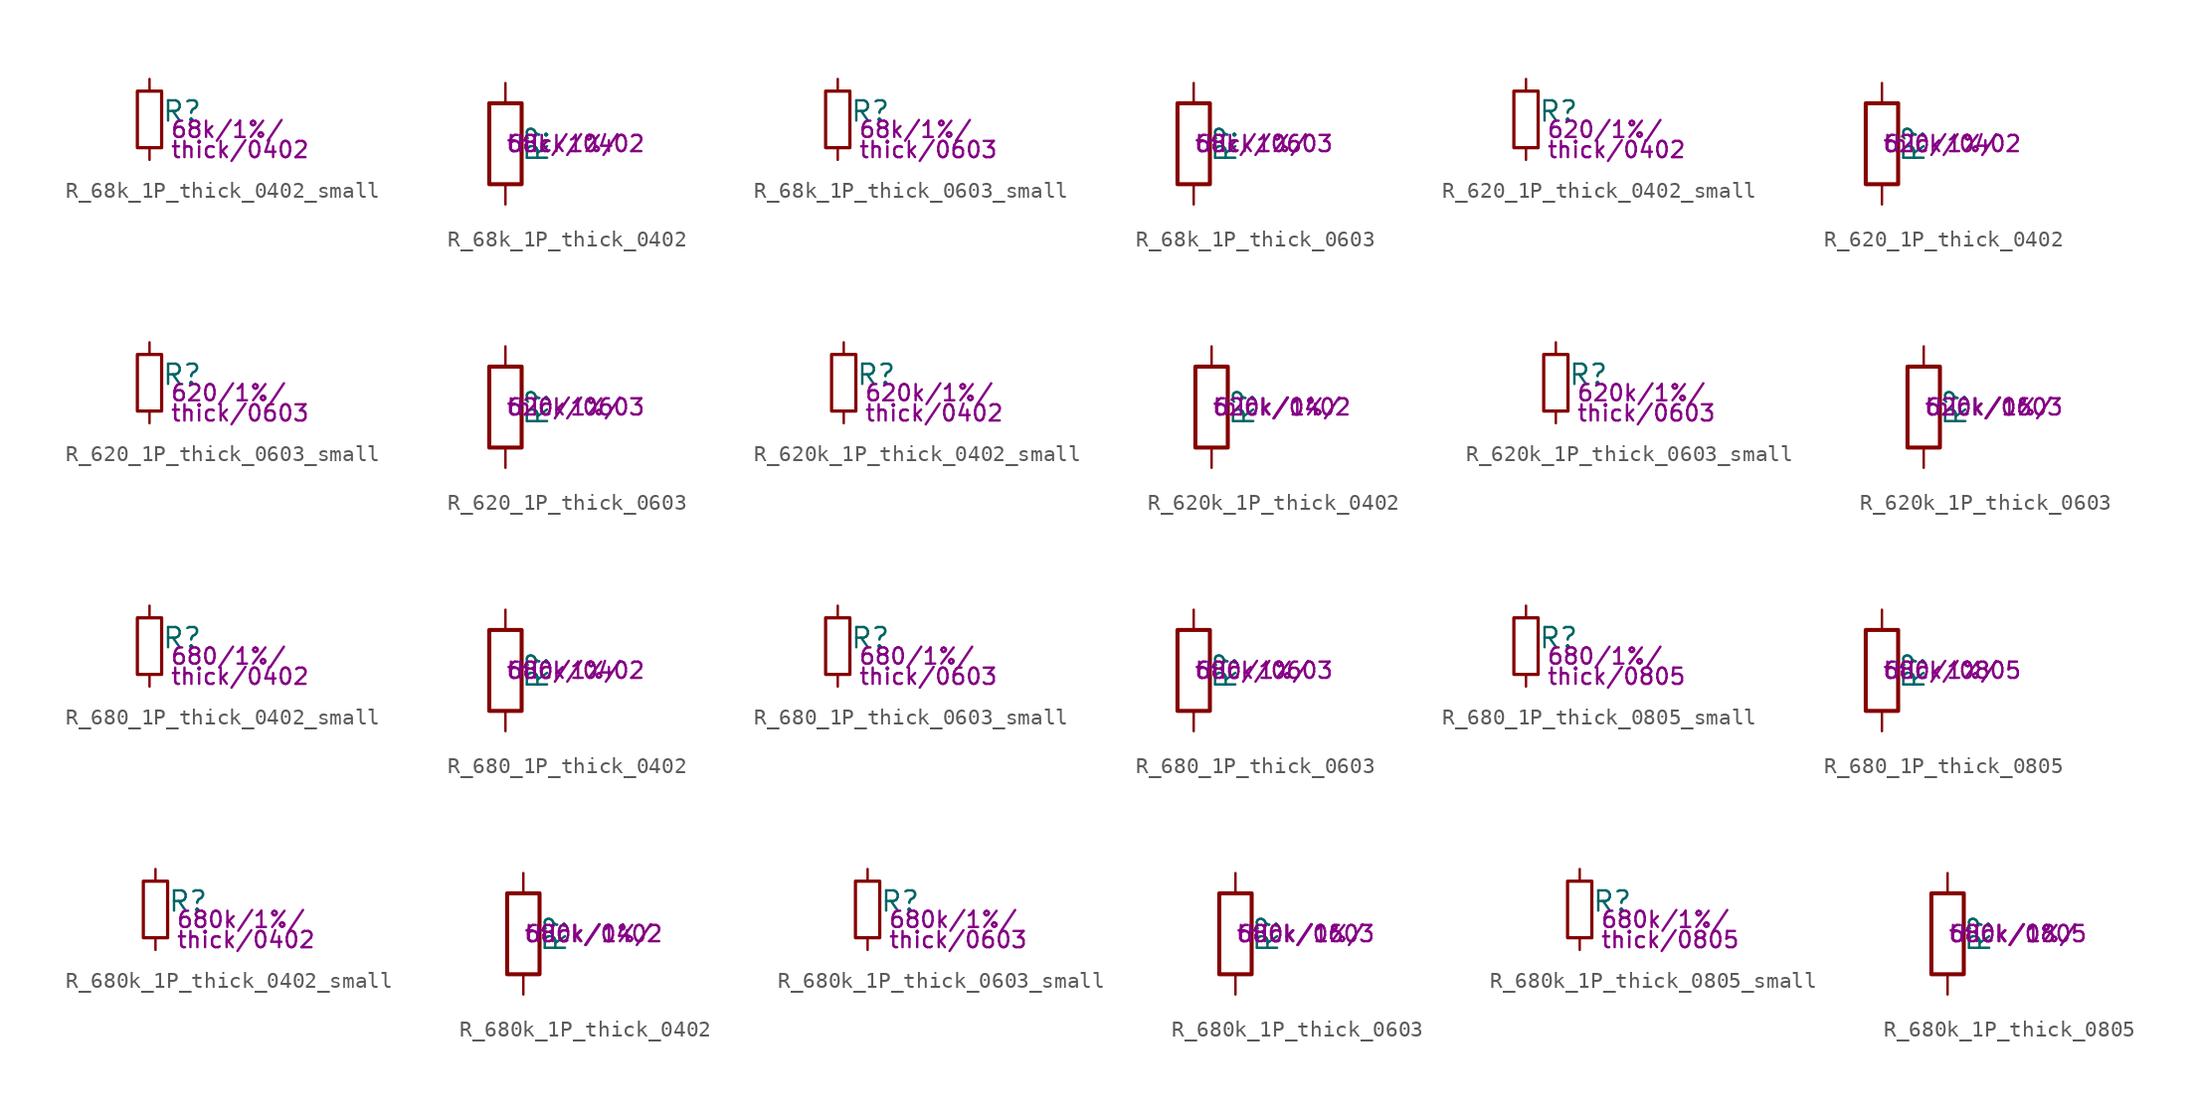
<source format=kicad_sym>
(kicad_symbol_lib
  (version 20211014)
  (generator kicad_symbol_editor)
  (symbol "R_68k_1P_thick_0402_small"
    (pin_numbers hide)
    (pin_names
      (offset 0.254) hide)
    (property "Reference" "R"
      (at 0.762 0.508 0)
      (effects (font (size 1.27 1.27)) (justify left)))
    (property "Params" "68k/1%/"
      (at 1.27 -0.635 0)
      (effects (font (size 1.016 1.016)) (justify left)))
    (property "Params2" "thick/0402"
      (at 1.27 -1.905 0)
      (effects (font (size 1.016 1.016)) (justify left)))
    (symbol "R_68k_1P_thick_0402_small_0_1"
      (rectangle (start -0.762 1.778) (end 0.762 -1.778) (stroke (width 0.203) (type default) (color 0 0 0 0)) (fill (type none))))
    (symbol "R_68k_1P_thick_0402_small_1_1"
      (pin passive line (at 0 2.54 270) (length 0.762) (name "~" (effects (font (size 1.27 1.27)))) (number "1" (effects (font (size 1.27 1.27)))))
      (pin passive line (at 0 -2.54 90) (length 0.762) (name "~" (effects (font (size 1.27 1.27)))) (number "2" (effects (font (size 1.27 1.27)))))))
  (symbol "R_68k_1P_thick_0402"
    (pin_numbers hide)
    (pin_names
      (offset 0))
    (property "Reference" "R"
      (at 2.032 0 90)
      (effects (font (size 1.27 1.27))))
    (property "Params" "68k/1%/"
      (at 0 0 0)
      (effects (font (size 1.016 1.016)) (justify left)))
    (property "Params2" "thick/0402"
      (at 0 0 0)
      (effects (font (size 1.016 1.016)) (justify left)))
    (symbol "R_68k_1P_thick_0402_0_1"
      (rectangle (start -1.016 -2.54) (end 1.016 2.54) (stroke (width 0.254) (type default) (color 0 0 0 0)) (fill (type none))))
    (symbol "R_68k_1P_thick_0402_1_1"
      (pin passive line (at 0 3.81 270) (length 1.27) (name "~" (effects (font (size 1.27 1.27)))) (number "1" (effects (font (size 1.27 1.27)))))
      (pin passive line (at 0 -3.81 90) (length 1.27) (name "~" (effects (font (size 1.27 1.27)))) (number "2" (effects (font (size 1.27 1.27)))))))
  (symbol "R_68k_1P_thick_0603_small"
    (pin_numbers hide)
    (pin_names
      (offset 0.254) hide)
    (property "Reference" "R"
      (at 0.762 0.508 0)
      (effects (font (size 1.27 1.27)) (justify left)))
    (property "Params" "68k/1%/"
      (at 1.27 -0.635 0)
      (effects (font (size 1.016 1.016)) (justify left)))
    (property "Params2" "thick/0603"
      (at 1.27 -1.905 0)
      (effects (font (size 1.016 1.016)) (justify left)))
    (symbol "R_68k_1P_thick_0603_small_0_1"
      (rectangle (start -0.762 1.778) (end 0.762 -1.778) (stroke (width 0.203) (type default) (color 0 0 0 0)) (fill (type none))))
    (symbol "R_68k_1P_thick_0603_small_1_1"
      (pin passive line (at 0 2.54 270) (length 0.762) (name "~" (effects (font (size 1.27 1.27)))) (number "1" (effects (font (size 1.27 1.27)))))
      (pin passive line (at 0 -2.54 90) (length 0.762) (name "~" (effects (font (size 1.27 1.27)))) (number "2" (effects (font (size 1.27 1.27)))))))
  (symbol "R_68k_1P_thick_0603"
    (pin_numbers hide)
    (pin_names
      (offset 0))
    (property "Reference" "R"
      (at 2.032 0 90)
      (effects (font (size 1.27 1.27))))
    (property "Params" "68k/1%/"
      (at 0 0 0)
      (effects (font (size 1.016 1.016)) (justify left)))
    (property "Params2" "thick/0603"
      (at 0 0 0)
      (effects (font (size 1.016 1.016)) (justify left)))
    (symbol "R_68k_1P_thick_0603_0_1"
      (rectangle (start -1.016 -2.54) (end 1.016 2.54) (stroke (width 0.254) (type default) (color 0 0 0 0)) (fill (type none))))
    (symbol "R_68k_1P_thick_0603_1_1"
      (pin passive line (at 0 3.81 270) (length 1.27) (name "~" (effects (font (size 1.27 1.27)))) (number "1" (effects (font (size 1.27 1.27)))))
      (pin passive line (at 0 -3.81 90) (length 1.27) (name "~" (effects (font (size 1.27 1.27)))) (number "2" (effects (font (size 1.27 1.27)))))))
  (symbol "R_620_1P_thick_0402_small"
    (pin_numbers hide)
    (pin_names
      (offset 0.254) hide)
    (property "Reference" "R"
      (at 0.762 0.508 0)
      (effects (font (size 1.27 1.27)) (justify left)))
    (property "Params" "620/1%/"
      (at 1.27 -0.635 0)
      (effects (font (size 1.016 1.016)) (justify left)))
    (property "Params2" "thick/0402"
      (at 1.27 -1.905 0)
      (effects (font (size 1.016 1.016)) (justify left)))
    (symbol "R_620_1P_thick_0402_small_0_1"
      (rectangle (start -0.762 1.778) (end 0.762 -1.778) (stroke (width 0.203) (type default) (color 0 0 0 0)) (fill (type none))))
    (symbol "R_620_1P_thick_0402_small_1_1"
      (pin passive line (at 0 2.54 270) (length 0.762) (name "~" (effects (font (size 1.27 1.27)))) (number "1" (effects (font (size 1.27 1.27)))))
      (pin passive line (at 0 -2.54 90) (length 0.762) (name "~" (effects (font (size 1.27 1.27)))) (number "2" (effects (font (size 1.27 1.27)))))))
  (symbol "R_620_1P_thick_0402"
    (pin_numbers hide)
    (pin_names
      (offset 0))
    (property "Reference" "R"
      (at 2.032 0 90)
      (effects (font (size 1.27 1.27))))
    (property "Params" "620/1%/"
      (at 0 0 0)
      (effects (font (size 1.016 1.016)) (justify left)))
    (property "Params2" "thick/0402"
      (at 0 0 0)
      (effects (font (size 1.016 1.016)) (justify left)))
    (symbol "R_620_1P_thick_0402_0_1"
      (rectangle (start -1.016 -2.54) (end 1.016 2.54) (stroke (width 0.254) (type default) (color 0 0 0 0)) (fill (type none))))
    (symbol "R_620_1P_thick_0402_1_1"
      (pin passive line (at 0 3.81 270) (length 1.27) (name "~" (effects (font (size 1.27 1.27)))) (number "1" (effects (font (size 1.27 1.27)))))
      (pin passive line (at 0 -3.81 90) (length 1.27) (name "~" (effects (font (size 1.27 1.27)))) (number "2" (effects (font (size 1.27 1.27)))))))
  (symbol "R_620_1P_thick_0603_small"
    (pin_numbers hide)
    (pin_names
      (offset 0.254) hide)
    (property "Reference" "R"
      (at 0.762 0.508 0)
      (effects (font (size 1.27 1.27)) (justify left)))
    (property "Params" "620/1%/"
      (at 1.27 -0.635 0)
      (effects (font (size 1.016 1.016)) (justify left)))
    (property "Params2" "thick/0603"
      (at 1.27 -1.905 0)
      (effects (font (size 1.016 1.016)) (justify left)))
    (symbol "R_620_1P_thick_0603_small_0_1"
      (rectangle (start -0.762 1.778) (end 0.762 -1.778) (stroke (width 0.203) (type default) (color 0 0 0 0)) (fill (type none))))
    (symbol "R_620_1P_thick_0603_small_1_1"
      (pin passive line (at 0 2.54 270) (length 0.762) (name "~" (effects (font (size 1.27 1.27)))) (number "1" (effects (font (size 1.27 1.27)))))
      (pin passive line (at 0 -2.54 90) (length 0.762) (name "~" (effects (font (size 1.27 1.27)))) (number "2" (effects (font (size 1.27 1.27)))))))
  (symbol "R_620_1P_thick_0603"
    (pin_numbers hide)
    (pin_names
      (offset 0))
    (property "Reference" "R"
      (at 2.032 0 90)
      (effects (font (size 1.27 1.27))))
    (property "Params" "620/1%/"
      (at 0 0 0)
      (effects (font (size 1.016 1.016)) (justify left)))
    (property "Params2" "thick/0603"
      (at 0 0 0)
      (effects (font (size 1.016 1.016)) (justify left)))
    (symbol "R_620_1P_thick_0603_0_1"
      (rectangle (start -1.016 -2.54) (end 1.016 2.54) (stroke (width 0.254) (type default) (color 0 0 0 0)) (fill (type none))))
    (symbol "R_620_1P_thick_0603_1_1"
      (pin passive line (at 0 3.81 270) (length 1.27) (name "~" (effects (font (size 1.27 1.27)))) (number "1" (effects (font (size 1.27 1.27)))))
      (pin passive line (at 0 -3.81 90) (length 1.27) (name "~" (effects (font (size 1.27 1.27)))) (number "2" (effects (font (size 1.27 1.27)))))))
  (symbol "R_620k_1P_thick_0402_small"
    (pin_numbers hide)
    (pin_names
      (offset 0.254) hide)
    (property "Reference" "R"
      (at 0.762 0.508 0)
      (effects (font (size 1.27 1.27)) (justify left)))
    (property "Params" "620k/1%/"
      (at 1.27 -0.635 0)
      (effects (font (size 1.016 1.016)) (justify left)))
    (property "Params2" "thick/0402"
      (at 1.27 -1.905 0)
      (effects (font (size 1.016 1.016)) (justify left)))
    (symbol "R_620k_1P_thick_0402_small_0_1"
      (rectangle (start -0.762 1.778) (end 0.762 -1.778) (stroke (width 0.203) (type default) (color 0 0 0 0)) (fill (type none))))
    (symbol "R_620k_1P_thick_0402_small_1_1"
      (pin passive line (at 0 2.54 270) (length 0.762) (name "~" (effects (font (size 1.27 1.27)))) (number "1" (effects (font (size 1.27 1.27)))))
      (pin passive line (at 0 -2.54 90) (length 0.762) (name "~" (effects (font (size 1.27 1.27)))) (number "2" (effects (font (size 1.27 1.27)))))))
  (symbol "R_620k_1P_thick_0402"
    (pin_numbers hide)
    (pin_names
      (offset 0))
    (property "Reference" "R"
      (at 2.032 0 90)
      (effects (font (size 1.27 1.27))))
    (property "Params" "620k/1%/"
      (at 0 0 0)
      (effects (font (size 1.016 1.016)) (justify left)))
    (property "Params2" "thick/0402"
      (at 0 0 0)
      (effects (font (size 1.016 1.016)) (justify left)))
    (symbol "R_620k_1P_thick_0402_0_1"
      (rectangle (start -1.016 -2.54) (end 1.016 2.54) (stroke (width 0.254) (type default) (color 0 0 0 0)) (fill (type none))))
    (symbol "R_620k_1P_thick_0402_1_1"
      (pin passive line (at 0 3.81 270) (length 1.27) (name "~" (effects (font (size 1.27 1.27)))) (number "1" (effects (font (size 1.27 1.27)))))
      (pin passive line (at 0 -3.81 90) (length 1.27) (name "~" (effects (font (size 1.27 1.27)))) (number "2" (effects (font (size 1.27 1.27)))))))
  (symbol "R_620k_1P_thick_0603_small"
    (pin_numbers hide)
    (pin_names
      (offset 0.254) hide)
    (property "Reference" "R"
      (at 0.762 0.508 0)
      (effects (font (size 1.27 1.27)) (justify left)))
    (property "Params" "620k/1%/"
      (at 1.27 -0.635 0)
      (effects (font (size 1.016 1.016)) (justify left)))
    (property "Params2" "thick/0603"
      (at 1.27 -1.905 0)
      (effects (font (size 1.016 1.016)) (justify left)))
    (symbol "R_620k_1P_thick_0603_small_0_1"
      (rectangle (start -0.762 1.778) (end 0.762 -1.778) (stroke (width 0.203) (type default) (color 0 0 0 0)) (fill (type none))))
    (symbol "R_620k_1P_thick_0603_small_1_1"
      (pin passive line (at 0 2.54 270) (length 0.762) (name "~" (effects (font (size 1.27 1.27)))) (number "1" (effects (font (size 1.27 1.27)))))
      (pin passive line (at 0 -2.54 90) (length 0.762) (name "~" (effects (font (size 1.27 1.27)))) (number "2" (effects (font (size 1.27 1.27)))))))
  (symbol "R_620k_1P_thick_0603"
    (pin_numbers hide)
    (pin_names
      (offset 0))
    (property "Reference" "R"
      (at 2.032 0 90)
      (effects (font (size 1.27 1.27))))
    (property "Params" "620k/1%/"
      (at 0 0 0)
      (effects (font (size 1.016 1.016)) (justify left)))
    (property "Params2" "thick/0603"
      (at 0 0 0)
      (effects (font (size 1.016 1.016)) (justify left)))
    (symbol "R_620k_1P_thick_0603_0_1"
      (rectangle (start -1.016 -2.54) (end 1.016 2.54) (stroke (width 0.254) (type default) (color 0 0 0 0)) (fill (type none))))
    (symbol "R_620k_1P_thick_0603_1_1"
      (pin passive line (at 0 3.81 270) (length 1.27) (name "~" (effects (font (size 1.27 1.27)))) (number "1" (effects (font (size 1.27 1.27)))))
      (pin passive line (at 0 -3.81 90) (length 1.27) (name "~" (effects (font (size 1.27 1.27)))) (number "2" (effects (font (size 1.27 1.27)))))))
  (symbol "R_680_1P_thick_0402_small"
    (pin_numbers hide)
    (pin_names
      (offset 0.254) hide)
    (property "Reference" "R"
      (at 0.762 0.508 0)
      (effects (font (size 1.27 1.27)) (justify left)))
    (property "Params" "680/1%/"
      (at 1.27 -0.635 0)
      (effects (font (size 1.016 1.016)) (justify left)))
    (property "Params2" "thick/0402"
      (at 1.27 -1.905 0)
      (effects (font (size 1.016 1.016)) (justify left)))
    (symbol "R_680_1P_thick_0402_small_0_1"
      (rectangle (start -0.762 1.778) (end 0.762 -1.778) (stroke (width 0.203) (type default) (color 0 0 0 0)) (fill (type none))))
    (symbol "R_680_1P_thick_0402_small_1_1"
      (pin passive line (at 0 2.54 270) (length 0.762) (name "~" (effects (font (size 1.27 1.27)))) (number "1" (effects (font (size 1.27 1.27)))))
      (pin passive line (at 0 -2.54 90) (length 0.762) (name "~" (effects (font (size 1.27 1.27)))) (number "2" (effects (font (size 1.27 1.27)))))))
  (symbol "R_680_1P_thick_0402"
    (pin_numbers hide)
    (pin_names
      (offset 0))
    (property "Reference" "R"
      (at 2.032 0 90)
      (effects (font (size 1.27 1.27))))
    (property "Params" "680/1%/"
      (at 0 0 0)
      (effects (font (size 1.016 1.016)) (justify left)))
    (property "Params2" "thick/0402"
      (at 0 0 0)
      (effects (font (size 1.016 1.016)) (justify left)))
    (symbol "R_680_1P_thick_0402_0_1"
      (rectangle (start -1.016 -2.54) (end 1.016 2.54) (stroke (width 0.254) (type default) (color 0 0 0 0)) (fill (type none))))
    (symbol "R_680_1P_thick_0402_1_1"
      (pin passive line (at 0 3.81 270) (length 1.27) (name "~" (effects (font (size 1.27 1.27)))) (number "1" (effects (font (size 1.27 1.27)))))
      (pin passive line (at 0 -3.81 90) (length 1.27) (name "~" (effects (font (size 1.27 1.27)))) (number "2" (effects (font (size 1.27 1.27)))))))
  (symbol "R_680_1P_thick_0603_small"
    (pin_numbers hide)
    (pin_names
      (offset 0.254) hide)
    (property "Reference" "R"
      (at 0.762 0.508 0)
      (effects (font (size 1.27 1.27)) (justify left)))
    (property "Params" "680/1%/"
      (at 1.27 -0.635 0)
      (effects (font (size 1.016 1.016)) (justify left)))
    (property "Params2" "thick/0603"
      (at 1.27 -1.905 0)
      (effects (font (size 1.016 1.016)) (justify left)))
    (symbol "R_680_1P_thick_0603_small_0_1"
      (rectangle (start -0.762 1.778) (end 0.762 -1.778) (stroke (width 0.203) (type default) (color 0 0 0 0)) (fill (type none))))
    (symbol "R_680_1P_thick_0603_small_1_1"
      (pin passive line (at 0 2.54 270) (length 0.762) (name "~" (effects (font (size 1.27 1.27)))) (number "1" (effects (font (size 1.27 1.27)))))
      (pin passive line (at 0 -2.54 90) (length 0.762) (name "~" (effects (font (size 1.27 1.27)))) (number "2" (effects (font (size 1.27 1.27)))))))
  (symbol "R_680_1P_thick_0603"
    (pin_numbers hide)
    (pin_names
      (offset 0))
    (property "Reference" "R"
      (at 2.032 0 90)
      (effects (font (size 1.27 1.27))))
    (property "Params" "680/1%/"
      (at 0 0 0)
      (effects (font (size 1.016 1.016)) (justify left)))
    (property "Params2" "thick/0603"
      (at 0 0 0)
      (effects (font (size 1.016 1.016)) (justify left)))
    (symbol "R_680_1P_thick_0603_0_1"
      (rectangle (start -1.016 -2.54) (end 1.016 2.54) (stroke (width 0.254) (type default) (color 0 0 0 0)) (fill (type none))))
    (symbol "R_680_1P_thick_0603_1_1"
      (pin passive line (at 0 3.81 270) (length 1.27) (name "~" (effects (font (size 1.27 1.27)))) (number "1" (effects (font (size 1.27 1.27)))))
      (pin passive line (at 0 -3.81 90) (length 1.27) (name "~" (effects (font (size 1.27 1.27)))) (number "2" (effects (font (size 1.27 1.27)))))))
  (symbol "R_680_1P_thick_0805_small"
    (pin_numbers hide)
    (pin_names
      (offset 0.254) hide)
    (property "Reference" "R"
      (at 0.762 0.508 0)
      (effects (font (size 1.27 1.27)) (justify left)))
    (property "Params" "680/1%/"
      (at 1.27 -0.635 0)
      (effects (font (size 1.016 1.016)) (justify left)))
    (property "Params2" "thick/0805"
      (at 1.27 -1.905 0)
      (effects (font (size 1.016 1.016)) (justify left)))
    (symbol "R_680_1P_thick_0805_small_0_1"
      (rectangle (start -0.762 1.778) (end 0.762 -1.778) (stroke (width 0.203) (type default) (color 0 0 0 0)) (fill (type none))))
    (symbol "R_680_1P_thick_0805_small_1_1"
      (pin passive line (at 0 2.54 270) (length 0.762) (name "~" (effects (font (size 1.27 1.27)))) (number "1" (effects (font (size 1.27 1.27)))))
      (pin passive line (at 0 -2.54 90) (length 0.762) (name "~" (effects (font (size 1.27 1.27)))) (number "2" (effects (font (size 1.27 1.27)))))))
  (symbol "R_680_1P_thick_0805"
    (pin_numbers hide)
    (pin_names
      (offset 0))
    (property "Reference" "R"
      (at 2.032 0 90)
      (effects (font (size 1.27 1.27))))
    (property "Params" "680/1%/"
      (at 0 0 0)
      (effects (font (size 1.016 1.016)) (justify left)))
    (property "Params2" "thick/0805"
      (at 0 0 0)
      (effects (font (size 1.016 1.016)) (justify left)))
    (symbol "R_680_1P_thick_0805_0_1"
      (rectangle (start -1.016 -2.54) (end 1.016 2.54) (stroke (width 0.254) (type default) (color 0 0 0 0)) (fill (type none))))
    (symbol "R_680_1P_thick_0805_1_1"
      (pin passive line (at 0 3.81 270) (length 1.27) (name "~" (effects (font (size 1.27 1.27)))) (number "1" (effects (font (size 1.27 1.27)))))
      (pin passive line (at 0 -3.81 90) (length 1.27) (name "~" (effects (font (size 1.27 1.27)))) (number "2" (effects (font (size 1.27 1.27)))))))
  (symbol "R_680k_1P_thick_0402_small"
    (pin_numbers hide)
    (pin_names
      (offset 0.254) hide)
    (property "Reference" "R"
      (at 0.762 0.508 0)
      (effects (font (size 1.27 1.27)) (justify left)))
    (property "Params" "680k/1%/"
      (at 1.27 -0.635 0)
      (effects (font (size 1.016 1.016)) (justify left)))
    (property "Params2" "thick/0402"
      (at 1.27 -1.905 0)
      (effects (font (size 1.016 1.016)) (justify left)))
    (symbol "R_680k_1P_thick_0402_small_0_1"
      (rectangle (start -0.762 1.778) (end 0.762 -1.778) (stroke (width 0.203) (type default) (color 0 0 0 0)) (fill (type none))))
    (symbol "R_680k_1P_thick_0402_small_1_1"
      (pin passive line (at 0 2.54 270) (length 0.762) (name "~" (effects (font (size 1.27 1.27)))) (number "1" (effects (font (size 1.27 1.27)))))
      (pin passive line (at 0 -2.54 90) (length 0.762) (name "~" (effects (font (size 1.27 1.27)))) (number "2" (effects (font (size 1.27 1.27)))))))
  (symbol "R_680k_1P_thick_0402"
    (pin_numbers hide)
    (pin_names
      (offset 0))
    (property "Reference" "R"
      (at 2.032 0 90)
      (effects (font (size 1.27 1.27))))
    (property "Params" "680k/1%/"
      (at 0 0 0)
      (effects (font (size 1.016 1.016)) (justify left)))
    (property "Params2" "thick/0402"
      (at 0 0 0)
      (effects (font (size 1.016 1.016)) (justify left)))
    (symbol "R_680k_1P_thick_0402_0_1"
      (rectangle (start -1.016 -2.54) (end 1.016 2.54) (stroke (width 0.254) (type default) (color 0 0 0 0)) (fill (type none))))
    (symbol "R_680k_1P_thick_0402_1_1"
      (pin passive line (at 0 3.81 270) (length 1.27) (name "~" (effects (font (size 1.27 1.27)))) (number "1" (effects (font (size 1.27 1.27)))))
      (pin passive line (at 0 -3.81 90) (length 1.27) (name "~" (effects (font (size 1.27 1.27)))) (number "2" (effects (font (size 1.27 1.27)))))))
  (symbol "R_680k_1P_thick_0603_small"
    (pin_numbers hide)
    (pin_names
      (offset 0.254) hide)
    (property "Reference" "R"
      (at 0.762 0.508 0)
      (effects (font (size 1.27 1.27)) (justify left)))
    (property "Params" "680k/1%/"
      (at 1.27 -0.635 0)
      (effects (font (size 1.016 1.016)) (justify left)))
    (property "Params2" "thick/0603"
      (at 1.27 -1.905 0)
      (effects (font (size 1.016 1.016)) (justify left)))
    (symbol "R_680k_1P_thick_0603_small_0_1"
      (rectangle (start -0.762 1.778) (end 0.762 -1.778) (stroke (width 0.203) (type default) (color 0 0 0 0)) (fill (type none))))
    (symbol "R_680k_1P_thick_0603_small_1_1"
      (pin passive line (at 0 2.54 270) (length 0.762) (name "~" (effects (font (size 1.27 1.27)))) (number "1" (effects (font (size 1.27 1.27)))))
      (pin passive line (at 0 -2.54 90) (length 0.762) (name "~" (effects (font (size 1.27 1.27)))) (number "2" (effects (font (size 1.27 1.27)))))))
  (symbol "R_680k_1P_thick_0603"
    (pin_numbers hide)
    (pin_names
      (offset 0))
    (property "Reference" "R"
      (at 2.032 0 90)
      (effects (font (size 1.27 1.27))))
    (property "Params" "680k/1%/"
      (at 0 0 0)
      (effects (font (size 1.016 1.016)) (justify left)))
    (property "Params2" "thick/0603"
      (at 0 0 0)
      (effects (font (size 1.016 1.016)) (justify left)))
    (symbol "R_680k_1P_thick_0603_0_1"
      (rectangle (start -1.016 -2.54) (end 1.016 2.54) (stroke (width 0.254) (type default) (color 0 0 0 0)) (fill (type none))))
    (symbol "R_680k_1P_thick_0603_1_1"
      (pin passive line (at 0 3.81 270) (length 1.27) (name "~" (effects (font (size 1.27 1.27)))) (number "1" (effects (font (size 1.27 1.27)))))
      (pin passive line (at 0 -3.81 90) (length 1.27) (name "~" (effects (font (size 1.27 1.27)))) (number "2" (effects (font (size 1.27 1.27)))))))
  (symbol "R_680k_1P_thick_0805_small"
    (pin_numbers hide)
    (pin_names
      (offset 0.254) hide)
    (property "Reference" "R"
      (at 0.762 0.508 0)
      (effects (font (size 1.27 1.27)) (justify left)))
    (property "Params" "680k/1%/"
      (at 1.27 -0.635 0)
      (effects (font (size 1.016 1.016)) (justify left)))
    (property "Params2" "thick/0805"
      (at 1.27 -1.905 0)
      (effects (font (size 1.016 1.016)) (justify left)))
    (symbol "R_680k_1P_thick_0805_small_0_1"
      (rectangle (start -0.762 1.778) (end 0.762 -1.778) (stroke (width 0.203) (type default) (color 0 0 0 0)) (fill (type none))))
    (symbol "R_680k_1P_thick_0805_small_1_1"
      (pin passive line (at 0 2.54 270) (length 0.762) (name "~" (effects (font (size 1.27 1.27)))) (number "1" (effects (font (size 1.27 1.27)))))
      (pin passive line (at 0 -2.54 90) (length 0.762) (name "~" (effects (font (size 1.27 1.27)))) (number "2" (effects (font (size 1.27 1.27)))))))
  (symbol "R_680k_1P_thick_0805"
    (pin_numbers hide)
    (pin_names
      (offset 0))
    (property "Reference" "R"
      (at 2.032 0 90)
      (effects (font (size 1.27 1.27))))
    (property "Params" "680k/1%/"
      (at 0 0 0)
      (effects (font (size 1.016 1.016)) (justify left)))
    (property "Params2" "thick/0805"
      (at 0 0 0)
      (effects (font (size 1.016 1.016)) (justify left)))
    (symbol "R_680k_1P_thick_0805_0_1"
      (rectangle (start -1.016 -2.54) (end 1.016 2.54) (stroke (width 0.254) (type default) (color 0 0 0 0)) (fill (type none))))
    (symbol "R_680k_1P_thick_0805_1_1"
      (pin passive line (at 0 3.81 270) (length 1.27) (name "~" (effects (font (size 1.27 1.27)))) (number "1" (effects (font (size 1.27 1.27)))))
      (pin passive line (at 0 -3.81 90) (length 1.27) (name "~" (effects (font (size 1.27 1.27)))) (number "2" (effects (font (size 1.27 1.27))))))))
</source>
